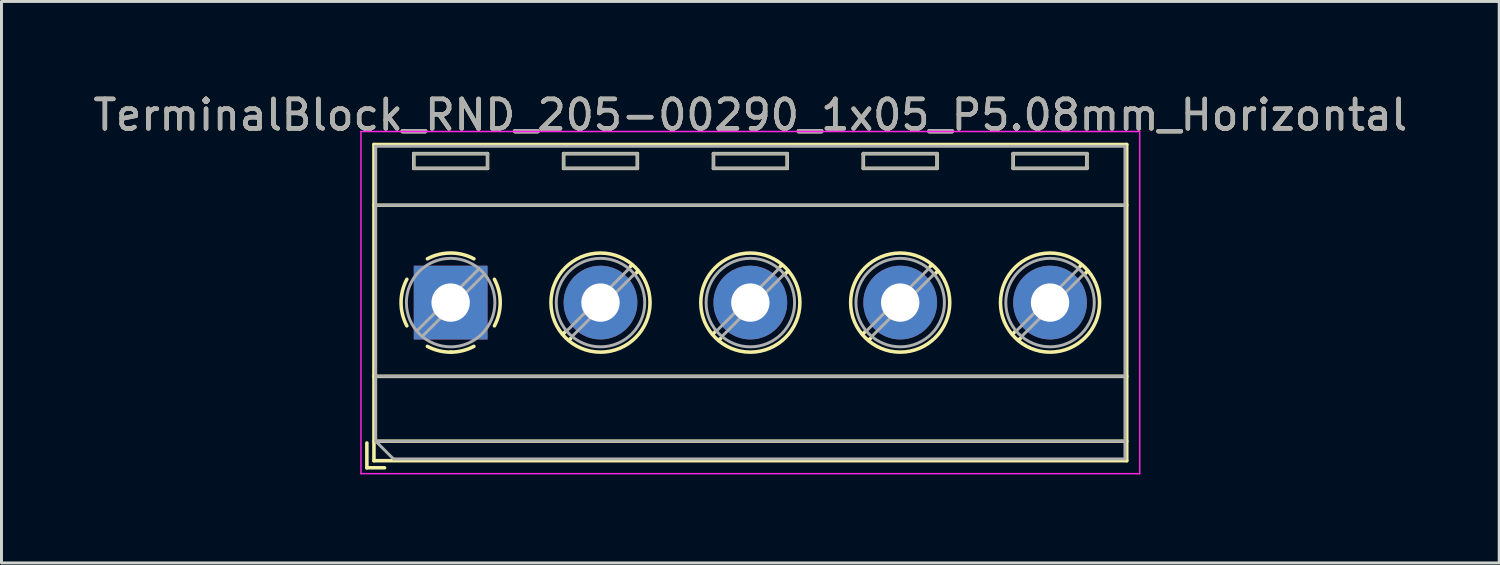
<source format=kicad_pcb>
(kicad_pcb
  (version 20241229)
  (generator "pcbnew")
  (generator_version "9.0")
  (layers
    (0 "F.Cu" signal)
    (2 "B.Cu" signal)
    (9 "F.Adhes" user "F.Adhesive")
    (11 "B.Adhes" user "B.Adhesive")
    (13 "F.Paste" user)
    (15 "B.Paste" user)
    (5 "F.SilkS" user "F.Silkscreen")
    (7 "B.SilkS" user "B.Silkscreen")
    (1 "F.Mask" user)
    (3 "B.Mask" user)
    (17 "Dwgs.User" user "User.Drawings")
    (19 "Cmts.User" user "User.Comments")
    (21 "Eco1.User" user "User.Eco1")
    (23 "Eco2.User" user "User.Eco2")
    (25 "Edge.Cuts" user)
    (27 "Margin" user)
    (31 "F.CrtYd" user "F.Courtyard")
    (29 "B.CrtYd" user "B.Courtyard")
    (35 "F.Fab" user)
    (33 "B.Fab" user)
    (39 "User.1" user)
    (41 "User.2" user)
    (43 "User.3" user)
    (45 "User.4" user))
  (footprint "TerminalBlock_RND_205-00290_1x05_P5.08mm_Horizontal"
    (layer "F.Cu")
    (at 12.227 7.208)
    (property "Reference" "TerminalBlock_RND_205-00290_1x05_P5.08mm_Horizontal" (at 10.16 -6.36 0) (layer "F.SilkS") (effects (font (size 1 1) (thickness 0.15))))
    (attr through_hole)
    (fp_line (start -2.84 4.76) (end -2.84 5.6) (stroke (width 0.12) (type solid)) (layer "F.SilkS"))
    (fp_line (start -2.84 5.6) (end -2.24 5.6) (stroke (width 0.12) (type solid)) (layer "F.SilkS"))
    (fp_line (start -2.6 -5.36) (end -2.6 5.36) (stroke (width 0.12) (type solid)) (layer "F.SilkS"))
    (fp_line (start -2.6 -5.36) (end 22.92 -5.36) (stroke (width 0.12) (type solid)) (layer "F.SilkS"))
    (fp_line (start -2.6 -3.3) (end 22.92 -3.3) (stroke (width 0.12) (type solid)) (layer "F.SilkS"))
    (fp_line (start -2.6 2.5) (end 22.92 2.5) (stroke (width 0.12) (type solid)) (layer "F.SilkS"))
    (fp_line (start -2.6 4.7) (end 22.92 4.7) (stroke (width 0.12) (type solid)) (layer "F.SilkS"))
    (fp_line (start -2.6 5.36) (end 22.92 5.36) (stroke (width 0.12) (type solid)) (layer "F.SilkS"))
    (fp_line (start -1.25 -5.05) (end -1.25 -4.55) (stroke (width 0.12) (type solid)) (layer "F.SilkS"))
    (fp_line (start -1.25 -5.05) (end 1.25 -5.05) (stroke (width 0.12) (type solid)) (layer "F.SilkS"))
    (fp_line (start -1.25 -4.55) (end 1.25 -4.55) (stroke (width 0.12) (type solid)) (layer "F.SilkS"))
    (fp_line (start 1.25 -5.05) (end 1.25 -4.55) (stroke (width 0.12) (type solid)) (layer "F.SilkS"))
    (fp_line (start 3.83 -5.05) (end 3.83 -4.55) (stroke (width 0.12) (type solid)) (layer "F.SilkS"))
    (fp_line (start 3.83 -5.05) (end 6.33 -5.05) (stroke (width 0.12) (type solid)) (layer "F.SilkS"))
    (fp_line (start 3.83 -4.55) (end 6.33 -4.55) (stroke (width 0.12) (type solid)) (layer "F.SilkS"))
    (fp_line (start 3.9 0.976) (end 3.806 1.069) (stroke (width 0.12) (type solid)) (layer "F.SilkS"))
    (fp_line (start 4.07 1.216) (end 4.011 1.274) (stroke (width 0.12) (type solid)) (layer "F.SilkS"))
    (fp_line (start 6.15 -1.275) (end 6.091 -1.216) (stroke (width 0.12) (type solid)) (layer "F.SilkS"))
    (fp_line (start 6.33 -5.05) (end 6.33 -4.55) (stroke (width 0.12) (type solid)) (layer "F.SilkS"))
    (fp_line (start 6.355 -1.069) (end 6.261 -0.976) (stroke (width 0.12) (type solid)) (layer "F.SilkS"))
    (fp_line (start 8.91 -5.05) (end 8.91 -4.55) (stroke (width 0.12) (type solid)) (layer "F.SilkS"))
    (fp_line (start 8.91 -5.05) (end 11.41 -5.05) (stroke (width 0.12) (type solid)) (layer "F.SilkS"))
    (fp_line (start 8.91 -4.55) (end 11.41 -4.55) (stroke (width 0.12) (type solid)) (layer "F.SilkS"))
    (fp_line (start 8.98 0.976) (end 8.886 1.069) (stroke (width 0.12) (type solid)) (layer "F.SilkS"))
    (fp_line (start 9.15 1.216) (end 9.091 1.274) (stroke (width 0.12) (type solid)) (layer "F.SilkS"))
    (fp_line (start 11.23 -1.275) (end 11.171 -1.216) (stroke (width 0.12) (type solid)) (layer "F.SilkS"))
    (fp_line (start 11.41 -5.05) (end 11.41 -4.55) (stroke (width 0.12) (type solid)) (layer "F.SilkS"))
    (fp_line (start 11.435 -1.069) (end 11.341 -0.976) (stroke (width 0.12) (type solid)) (layer "F.SilkS"))
    (fp_line (start 13.99 -5.05) (end 13.99 -4.55) (stroke (width 0.12) (type solid)) (layer "F.SilkS"))
    (fp_line (start 13.99 -5.05) (end 16.49 -5.05) (stroke (width 0.12) (type solid)) (layer "F.SilkS"))
    (fp_line (start 13.99 -4.55) (end 16.49 -4.55) (stroke (width 0.12) (type solid)) (layer "F.SilkS"))
    (fp_line (start 14.06 0.976) (end 13.966 1.069) (stroke (width 0.12) (type solid)) (layer "F.SilkS"))
    (fp_line (start 14.23 1.216) (end 14.171 1.274) (stroke (width 0.12) (type solid)) (layer "F.SilkS"))
    (fp_line (start 16.31 -1.275) (end 16.251 -1.216) (stroke (width 0.12) (type solid)) (layer "F.SilkS"))
    (fp_line (start 16.49 -5.05) (end 16.49 -4.55) (stroke (width 0.12) (type solid)) (layer "F.SilkS"))
    (fp_line (start 16.515 -1.069) (end 16.421 -0.976) (stroke (width 0.12) (type solid)) (layer "F.SilkS"))
    (fp_line (start 19.07 -5.05) (end 19.07 -4.55) (stroke (width 0.12) (type solid)) (layer "F.SilkS"))
    (fp_line (start 19.07 -5.05) (end 21.57 -5.05) (stroke (width 0.12) (type solid)) (layer "F.SilkS"))
    (fp_line (start 19.07 -4.55) (end 21.57 -4.55) (stroke (width 0.12) (type solid)) (layer "F.SilkS"))
    (fp_line (start 19.14 0.976) (end 19.046 1.069) (stroke (width 0.12) (type solid)) (layer "F.SilkS"))
    (fp_line (start 19.31 1.216) (end 19.251 1.274) (stroke (width 0.12) (type solid)) (layer "F.SilkS"))
    (fp_line (start 21.39 -1.275) (end 21.331 -1.216) (stroke (width 0.12) (type solid)) (layer "F.SilkS"))
    (fp_line (start 21.57 -5.05) (end 21.57 -4.55) (stroke (width 0.12) (type solid)) (layer "F.SilkS"))
    (fp_line (start 21.595 -1.069) (end 21.501 -0.976) (stroke (width 0.12) (type solid)) (layer "F.SilkS"))
    (fp_line (start 22.92 -5.36) (end 22.92 5.36) (stroke (width 0.12) (type solid)) (layer "F.SilkS"))
    (fp_arc (start -1.483953 0.789089) (mid -1.680708 0.00005) (end -1.484 -0.789) (stroke (width 0.12) (type solid)) (layer "F.SilkS"))
    (fp_arc (start -0.789089 -1.483953) (mid -0.00005 -1.680708) (end 0.789 -1.484) (stroke (width 0.12) (type solid)) (layer "F.SilkS"))
    (fp_arc (start 0.029383 1.68045) (mid -0.392304 1.634281) (end -0.789 1.484) (stroke (width 0.12) (type solid)) (layer "F.SilkS"))
    (fp_arc (start 0.788712 1.483352) (mid 0.406429 1.630097) (end 0 1.68) (stroke (width 0.12) (type solid)) (layer "F.SilkS"))
    (fp_arc (start 1.483953 -0.789089) (mid 1.680708 -0.00005) (end 1.484 0.789) (stroke (width 0.12) (type solid)) (layer "F.SilkS"))
    (fp_circle (center 5.08 0) (end 6.76 0) (stroke (width 0.12) (type solid)) (fill no) (layer "F.SilkS"))
    (fp_circle (center 10.16 0) (end 11.84 0) (stroke (width 0.12) (type solid)) (fill no) (layer "F.SilkS"))
    (fp_circle (center 15.24 0) (end 16.92 0) (stroke (width 0.12) (type solid)) (fill no) (layer "F.SilkS"))
    (fp_circle (center 20.32 0) (end 22 0) (stroke (width 0.12) (type solid)) (fill no) (layer "F.SilkS"))
    (fp_line (start -3.04 -5.8) (end -3.04 5.8) (stroke (width 0.05) (type solid)) (layer "F.CrtYd"))
    (fp_line (start -3.04 5.8) (end 23.36 5.8) (stroke (width 0.05) (type solid)) (layer "F.CrtYd"))
    (fp_line (start 23.36 -5.8) (end -3.04 -5.8) (stroke (width 0.05) (type solid)) (layer "F.CrtYd"))
    (fp_line (start 23.36 5.8) (end 23.36 -5.8) (stroke (width 0.05) (type solid)) (layer "F.CrtYd"))
    (fp_line (start -2.54 -5.3) (end 22.86 -5.3) (stroke (width 0.1) (type solid)) (layer "F.Fab"))
    (fp_line (start -2.54 -3.3) (end 22.86 -3.3) (stroke (width 0.1) (type solid)) (layer "F.Fab"))
    (fp_line (start -2.54 2.5) (end 22.86 2.5) (stroke (width 0.1) (type solid)) (layer "F.Fab"))
    (fp_line (start -2.54 4.7) (end -2.54 -5.3) (stroke (width 0.1) (type solid)) (layer "F.Fab"))
    (fp_line (start -2.54 4.7) (end 22.86 4.7) (stroke (width 0.1) (type solid)) (layer "F.Fab"))
    (fp_line (start -1.94 5.3) (end -2.54 4.7) (stroke (width 0.1) (type solid)) (layer "F.Fab"))
    (fp_line (start -1.25 -5.05) (end -1.25 -4.55) (stroke (width 0.1) (type solid)) (layer "F.Fab"))
    (fp_line (start -1.25 -4.55) (end 1.25 -4.55) (stroke (width 0.1) (type solid)) (layer "F.Fab"))
    (fp_line (start 0.955 -1.138) (end -1.138 0.955) (stroke (width 0.1) (type solid)) (layer "F.Fab"))
    (fp_line (start 1.138 -0.955) (end -0.955 1.138) (stroke (width 0.1) (type solid)) (layer "F.Fab"))
    (fp_line (start 1.25 -5.05) (end -1.25 -5.05) (stroke (width 0.1) (type solid)) (layer "F.Fab"))
    (fp_line (start 1.25 -4.55) (end 1.25 -5.05) (stroke (width 0.1) (type solid)) (layer "F.Fab"))
    (fp_line (start 3.83 -5.05) (end 3.83 -4.55) (stroke (width 0.1) (type solid)) (layer "F.Fab"))
    (fp_line (start 3.83 -4.55) (end 6.33 -4.55) (stroke (width 0.1) (type solid)) (layer "F.Fab"))
    (fp_line (start 6.035 -1.138) (end 3.943 0.955) (stroke (width 0.1) (type solid)) (layer "F.Fab"))
    (fp_line (start 6.218 -0.955) (end 4.126 1.138) (stroke (width 0.1) (type solid)) (layer "F.Fab"))
    (fp_line (start 6.33 -5.05) (end 3.83 -5.05) (stroke (width 0.1) (type solid)) (layer "F.Fab"))
    (fp_line (start 6.33 -4.55) (end 6.33 -5.05) (stroke (width 0.1) (type solid)) (layer "F.Fab"))
    (fp_line (start 8.91 -5.05) (end 8.91 -4.55) (stroke (width 0.1) (type solid)) (layer "F.Fab"))
    (fp_line (start 8.91 -4.55) (end 11.41 -4.55) (stroke (width 0.1) (type solid)) (layer "F.Fab"))
    (fp_line (start 11.115 -1.138) (end 9.023 0.955) (stroke (width 0.1) (type solid)) (layer "F.Fab"))
    (fp_line (start 11.298 -0.955) (end 9.206 1.138) (stroke (width 0.1) (type solid)) (layer "F.Fab"))
    (fp_line (start 11.41 -5.05) (end 8.91 -5.05) (stroke (width 0.1) (type solid)) (layer "F.Fab"))
    (fp_line (start 11.41 -4.55) (end 11.41 -5.05) (stroke (width 0.1) (type solid)) (layer "F.Fab"))
    (fp_line (start 13.99 -5.05) (end 13.99 -4.55) (stroke (width 0.1) (type solid)) (layer "F.Fab"))
    (fp_line (start 13.99 -4.55) (end 16.49 -4.55) (stroke (width 0.1) (type solid)) (layer "F.Fab"))
    (fp_line (start 16.195 -1.138) (end 14.103 0.955) (stroke (width 0.1) (type solid)) (layer "F.Fab"))
    (fp_line (start 16.378 -0.955) (end 14.286 1.138) (stroke (width 0.1) (type solid)) (layer "F.Fab"))
    (fp_line (start 16.49 -5.05) (end 13.99 -5.05) (stroke (width 0.1) (type solid)) (layer "F.Fab"))
    (fp_line (start 16.49 -4.55) (end 16.49 -5.05) (stroke (width 0.1) (type solid)) (layer "F.Fab"))
    (fp_line (start 19.07 -5.05) (end 19.07 -4.55) (stroke (width 0.1) (type solid)) (layer "F.Fab"))
    (fp_line (start 19.07 -4.55) (end 21.57 -4.55) (stroke (width 0.1) (type solid)) (layer "F.Fab"))
    (fp_line (start 21.275 -1.138) (end 19.183 0.955) (stroke (width 0.1) (type solid)) (layer "F.Fab"))
    (fp_line (start 21.458 -0.955) (end 19.366 1.138) (stroke (width 0.1) (type solid)) (layer "F.Fab"))
    (fp_line (start 21.57 -5.05) (end 19.07 -5.05) (stroke (width 0.1) (type solid)) (layer "F.Fab"))
    (fp_line (start 21.57 -4.55) (end 21.57 -5.05) (stroke (width 0.1) (type solid)) (layer "F.Fab"))
    (fp_line (start 22.86 -5.3) (end 22.86 5.3) (stroke (width 0.1) (type solid)) (layer "F.Fab"))
    (fp_line (start 22.86 5.3) (end -1.94 5.3) (stroke (width 0.1) (type solid)) (layer "F.Fab"))
    (fp_circle (center 0 0) (end 1.5 0) (stroke (width 0.1) (type solid)) (fill no) (layer "F.Fab"))
    (fp_circle (center 5.08 0) (end 6.58 0) (stroke (width 0.1) (type solid)) (fill no) (layer "F.Fab"))
    (fp_circle (center 10.16 0) (end 11.66 0) (stroke (width 0.1) (type solid)) (fill no) (layer "F.Fab"))
    (fp_circle (center 15.24 0) (end 16.74 0) (stroke (width 0.1) (type solid)) (fill no) (layer "F.Fab"))
    (fp_circle (center 20.32 0) (end 21.82 0) (stroke (width 0.1) (type solid)) (fill no) (layer "F.Fab"))
    (fp_text user "${REFERENCE}" (at 10.16 -6.36 0) (layer "F.Fab") (effects (font (size 1 1) (thickness 0.15))))
    (pad "1" thru_hole rect (at 0 0) (size 2.5 2.5) (drill 1.3) (layers "*.Cu" "*.Mask"))
    (pad "2" thru_hole circle (at 5.08 0) (size 2.5 2.5) (drill 1.3) (layers "*.Cu" "*.Mask"))
    (pad "3" thru_hole circle (at 10.16 0) (size 2.5 2.5) (drill 1.3) (layers "*.Cu" "*.Mask"))
    (pad "4" thru_hole circle (at 15.24 0) (size 2.5 2.5) (drill 1.3) (layers "*.Cu" "*.Mask"))
    (pad "5" thru_hole circle (at 20.32 0) (size 2.5 2.5) (drill 1.3) (layers "*.Cu" "*.Mask")))
  (gr_rect
    (start -3 -3)
    (end 47.774 16.033)
    (stroke (width 0.1) (type default))
    (fill no)
    (layer "Edge.Cuts")))
</source>
